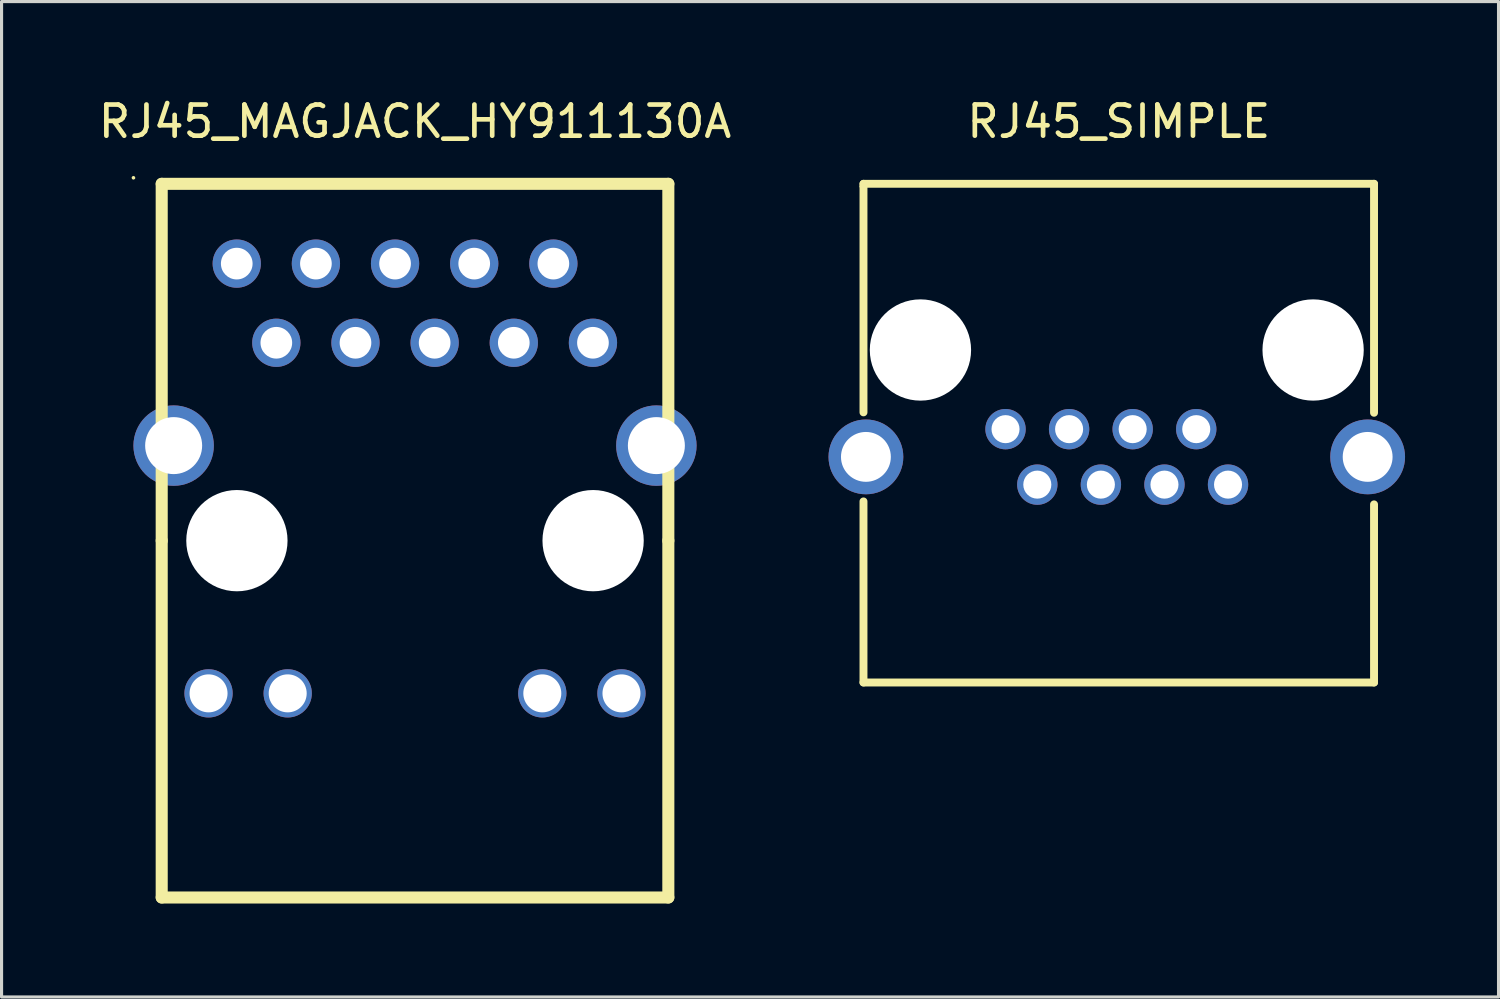
<source format=kicad_pcb>
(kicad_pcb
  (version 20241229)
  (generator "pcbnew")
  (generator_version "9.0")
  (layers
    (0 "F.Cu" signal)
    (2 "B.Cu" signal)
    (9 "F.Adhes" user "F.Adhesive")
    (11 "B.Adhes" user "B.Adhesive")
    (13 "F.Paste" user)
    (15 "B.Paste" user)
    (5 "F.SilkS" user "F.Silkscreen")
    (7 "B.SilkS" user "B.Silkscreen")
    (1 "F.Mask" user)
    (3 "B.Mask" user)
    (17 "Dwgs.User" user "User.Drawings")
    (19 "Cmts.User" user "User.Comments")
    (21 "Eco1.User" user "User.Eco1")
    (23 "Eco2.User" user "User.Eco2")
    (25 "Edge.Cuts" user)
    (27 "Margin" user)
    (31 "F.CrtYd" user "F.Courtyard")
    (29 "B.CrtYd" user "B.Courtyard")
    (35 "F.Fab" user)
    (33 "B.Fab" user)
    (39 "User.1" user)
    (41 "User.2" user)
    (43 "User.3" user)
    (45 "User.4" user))
  (footprint "RJ45_SIMPLE"
    (layer "F.Cu")
    (at 32.786 11.611)
    (property "Reference" "RJ45_SIMPLE" (at 0.064 -10.763 0) (layer "F.SilkS") (effects (font (size 1 1) (thickness 0.15))))
    (attr through_hole)
    (fp_line (start -8.128 -8.763) (end -8.128 -1.429) (stroke (width 0.254) (type solid)) (layer "F.SilkS"))
    (fp_line (start -8.128 1.429) (end -8.128 7.239) (stroke (width 0.254) (type solid)) (layer "F.SilkS"))
    (fp_line (start -8.128 7.239) (end 8.255 7.239) (stroke (width 0.254) (type solid)) (layer "F.SilkS"))
    (fp_line (start 8.255 -8.763) (end -8.128 -8.763) (stroke (width 0.254) (type solid)) (layer "F.SilkS"))
    (fp_line (start 8.255 -1.416) (end 8.255 -8.763) (stroke (width 0.254) (type solid)) (layer "F.SilkS"))
    (fp_line (start 8.255 7.239) (end 8.255 1.524) (stroke (width 0.254) (type solid)) (layer "F.SilkS"))
    (fp_circle (center -8.2 -8.68) (end -8.17 -8.68) (stroke (width 0.06) (type solid)) (fill no) (layer "F.SilkS"))
    (fp_circle (center -6.3 -3.43) (end -5.5 -3.43) (stroke (width 1.6) (type solid)) (fill no) (layer "F.Fab"))
    (fp_circle (center 6.3 -3.43) (end 7.1 -3.43) (stroke (width 1.6) (type solid)) (fill no) (layer "F.Fab"))
    (pad "" np_thru_hole circle (at -6.3 -3.43) (size 3.25 3.25) (drill 3.25) (layers "*.Cu" "*.Mask"))
    (pad "" np_thru_hole circle (at 6.3 -3.43) (size 3.25 3.25) (drill 3.25) (layers "*.Cu" "*.Mask"))
    (pad "1" thru_hole circle (at -3.57 -0.89) (size 1.295 1.295) (drill 0.9) (layers "*.Cu" "*.Mask"))
    (pad "2" thru_hole circle (at -2.55 0.89) (size 1.295 1.295) (drill 0.9) (layers "*.Cu" "*.Mask"))
    (pad "3" thru_hole circle (at -1.53 -0.89) (size 1.295 1.295) (drill 0.9) (layers "*.Cu" "*.Mask"))
    (pad "4" thru_hole circle (at -0.51 0.89) (size 1.295 1.295) (drill 0.9) (layers "*.Cu" "*.Mask"))
    (pad "5" thru_hole circle (at 0.51 -0.89) (size 1.295 1.295) (drill 0.9) (layers "*.Cu" "*.Mask"))
    (pad "6" thru_hole circle (at 1.53 0.89) (size 1.295 1.295) (drill 0.9) (layers "*.Cu" "*.Mask"))
    (pad "7" thru_hole circle (at 2.55 -0.89) (size 1.295 1.295) (drill 0.9) (layers "*.Cu" "*.Mask"))
    (pad "8" thru_hole circle (at 3.57 0.89) (size 1.295 1.295) (drill 0.9) (layers "*.Cu" "*.Mask"))
    (pad "9" thru_hole circle (at 8.05 -0.000127) (size 2.4 2.4) (drill 1.6) (layers "*.Cu" "*.Mask"))
    (pad "10" thru_hole circle (at -8.05 -0.000127) (size 2.4 2.4) (drill 1.6) (layers "*.Cu" "*.Mask")))
  (footprint "RJ45_MAGJACK_HY911130A"
    (layer "F.Cu")
    (at 10.267 12.304)
    (property "Reference" "RJ45_MAGJACK_HY911130A" (at 0.001 -11.455 180) (layer "F.SilkS") (effects (font (size 1 1) (thickness 0.15))))
    (attr through_hole)
    (fp_line (start -8.128 -9.455) (end -8.128 1.995) (stroke (width 0.387) (type solid)) (layer "F.SilkS"))
    (fp_line (start -8.128 1.995) (end -8.128 13.445) (stroke (width 0.387) (type solid)) (layer "F.SilkS"))
    (fp_line (start -8.128 13.445) (end 8.129 13.445) (stroke (width 0.387) (type solid)) (layer "F.SilkS"))
    (fp_line (start 8.129 -9.455) (end -8.128 -9.455) (stroke (width 0.387) (type solid)) (layer "F.SilkS"))
    (fp_line (start 8.129 1.995) (end 8.129 -9.455) (stroke (width 0.387) (type solid)) (layer "F.SilkS"))
    (fp_line (start 8.129 13.445) (end 8.129 1.995) (stroke (width 0.387) (type solid)) (layer "F.SilkS"))
    (fp_circle (center -9.035 -9.649) (end -9.005 -9.649) (stroke (width 0.06) (type solid)) (fill no) (layer "F.SilkS"))
    (pad "" np_thru_hole circle (at -5.715 1.995) (size 3.25 3.25) (drill 3.25) (layers "*.Cu" "*.Mask"))
    (pad "" np_thru_hole circle (at 5.715 1.995) (size 3.25 3.25) (drill 3.25) (layers "*.Cu" "*.Mask"))
    (pad "1" thru_hole circle (at -5.72 -6.895) (size 1.549 1.549) (drill 1.016) (layers "*.Cu" "*.Mask"))
    (pad "2" thru_hole circle (at -4.45 -4.355) (size 1.549 1.549) (drill 1.016) (layers "*.Cu" "*.Mask"))
    (pad "3" thru_hole circle (at -3.18 -6.895) (size 1.549 1.549) (drill 1.016) (layers "*.Cu" "*.Mask"))
    (pad "4" thru_hole circle (at -1.91 -4.355) (size 1.549 1.549) (drill 1.016) (layers "*.Cu" "*.Mask"))
    (pad "5" thru_hole circle (at -0.64 -6.895) (size 1.549 1.549) (drill 1.016) (layers "*.Cu" "*.Mask"))
    (pad "6" thru_hole circle (at 0.63 -4.355) (size 1.549 1.549) (drill 1.016) (layers "*.Cu" "*.Mask"))
    (pad "7" thru_hole circle (at 1.9 -6.895) (size 1.549 1.549) (drill 1.016) (layers "*.Cu" "*.Mask"))
    (pad "8" thru_hole circle (at 3.17 -4.355) (size 1.549 1.549) (drill 1.016) (layers "*.Cu" "*.Mask"))
    (pad "9" thru_hole circle (at 4.44 -6.895) (size 1.549 1.549) (drill 1.016) (layers "*.Cu" "*.Mask"))
    (pad "10" thru_hole circle (at 5.71 -4.355) (size 1.549 1.549) (drill 1.016) (layers "*.Cu" "*.Mask"))
    (pad "11" thru_hole circle (at -6.625 6.895) (size 1.549 1.549) (drill 1.219) (layers "*.Cu" "*.Mask"))
    (pad "12" thru_hole circle (at -4.085 6.895) (size 1.549 1.549) (drill 1.219) (layers "*.Cu" "*.Mask"))
    (pad "13" thru_hole circle (at 4.085 6.895) (size 1.549 1.549) (drill 1.219) (layers "*.Cu" "*.Mask"))
    (pad "14" thru_hole circle (at 6.625 6.895) (size 1.549 1.549) (drill 1.219) (layers "*.Cu" "*.Mask"))
    (pad "15" thru_hole circle (at -7.745 -1.055) (size 2.581 2.581) (drill 1.829) (layers "*.Cu" "*.Mask"))
    (pad "16" thru_hole circle (at 7.745 -1.055) (size 2.581 2.581) (drill 1.829) (layers "*.Cu" "*.Mask")))
  (gr_rect
    (start -3 -3)
    (end 45.036 28.942)
    (stroke (width 0.1) (type default))
    (fill no)
    (layer "Edge.Cuts")))
</source>
